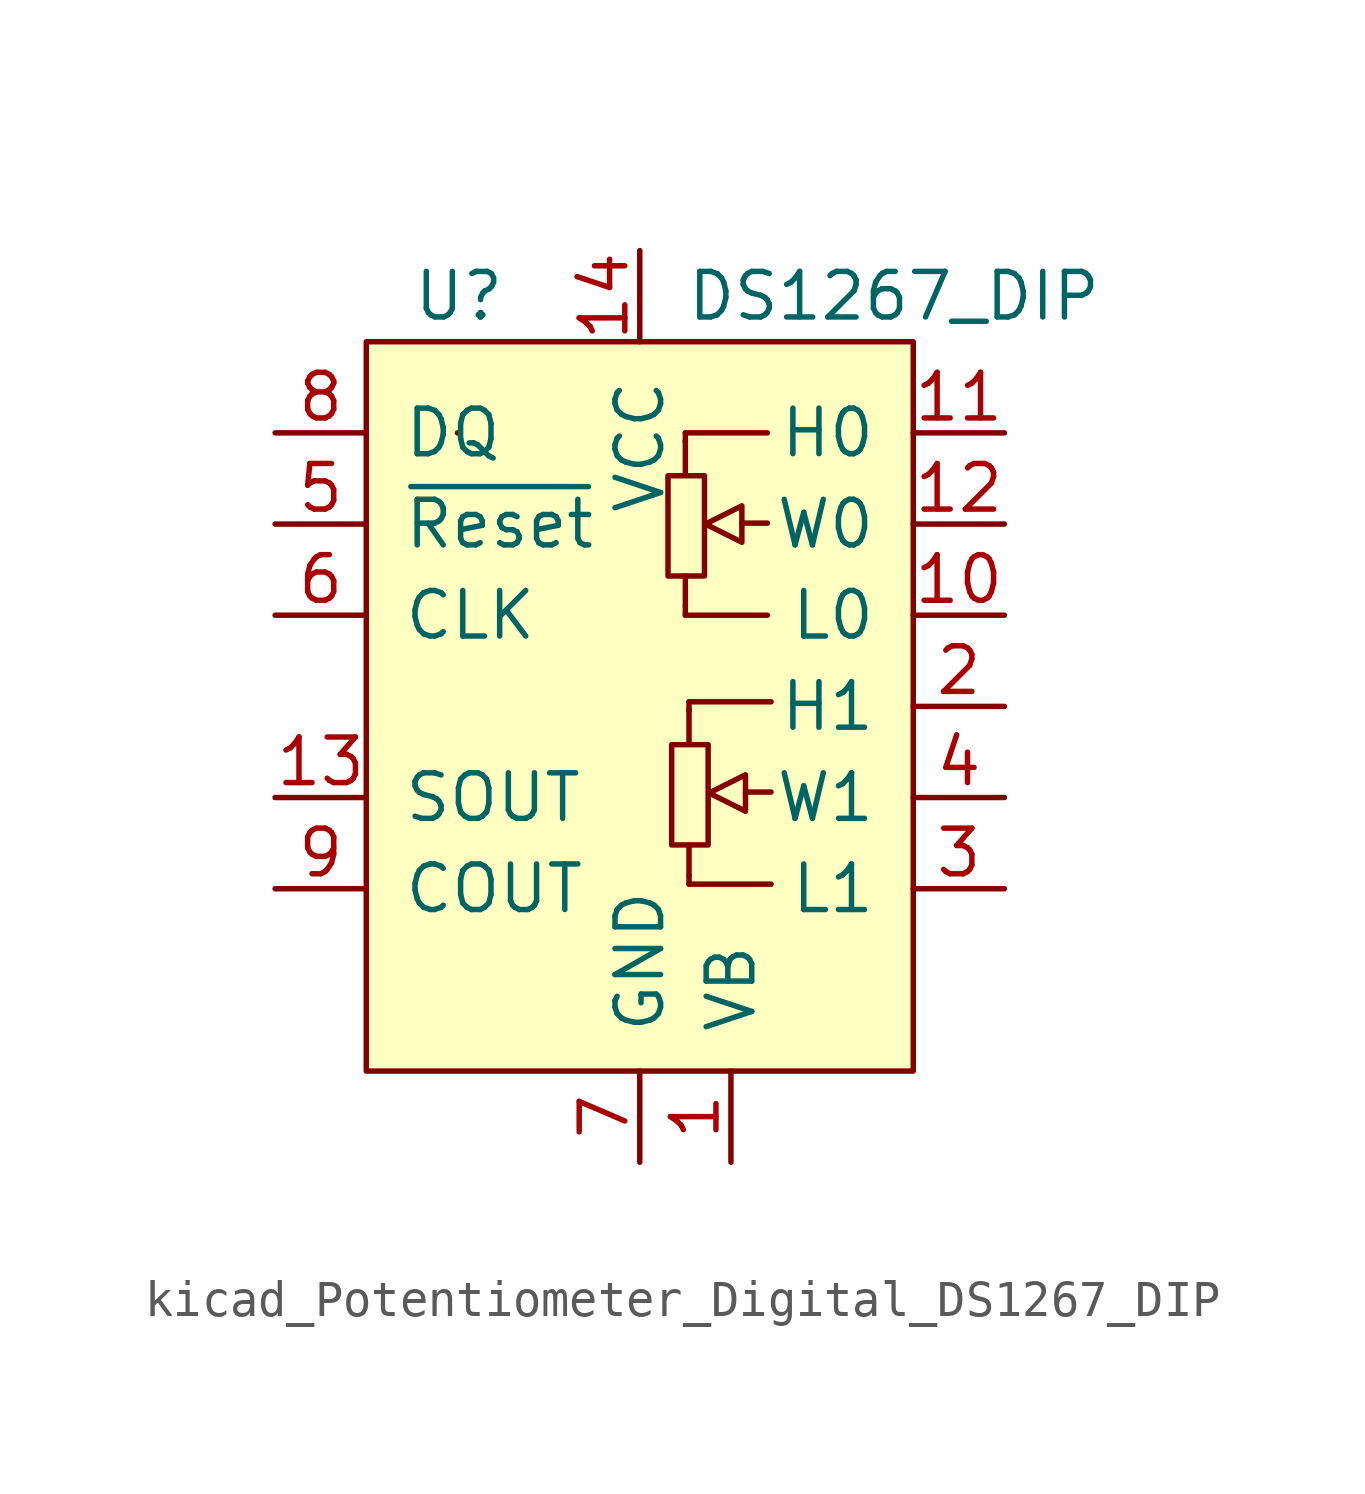
<source format=kicad_sym>
(kicad_symbol_lib
  (version 20220914)
  (generator kicad_symbol_editor)
  (symbol "kicad_Potentiometer_Digital_DS1267_DIP"
    (pin_names
      (offset 1.016))
    (property "Reference" "U"
      (at -6.35 11.43 0)
      (effects (font (size 1.27 1.27)) (justify left)))
    (property "Value" "DS1267_DIP"
      (at 1.27 11.43 0)
      (effects (font (size 1.27 1.27)) (justify left)))
    (symbol "kicad_Potentiometer_Digital_DS1267_DIP_0_1"
      (rectangle (start -7.62 10.16) (end 7.62 -10.16) (stroke (width 0) (type default)) (fill (type background)))
      (rectangle (start -5.08 7.62) (end -5.08 7.62) (stroke (width 0) (type default)) (fill (type none)))
      (polyline (pts (xy 1.27 2.794) (xy 1.27 3.632)) (stroke (width 0) (type default)) (fill (type none)))
      (polyline (pts (xy 1.27 7.391) (xy 1.27 6.452)) (stroke (width 0) (type default)) (fill (type none)))
      (polyline (pts (xy 1.372 -4.699) (xy 1.372 -3.861)) (stroke (width 0) (type default)) (fill (type none)))
      (polyline (pts (xy 1.372 -0.102) (xy 1.372 -1.041)) (stroke (width 0) (type default)) (fill (type none)))
      (polyline (pts (xy 2.845 5.105) (xy 3.556 5.105)) (stroke (width 0) (type default)) (fill (type none)))
      (polyline (pts (xy 2.946 -2.388) (xy 3.658 -2.388)) (stroke (width 0) (type default)) (fill (type none)))
      (polyline (pts (xy 1.27 2.54) (xy 1.27 2.794) (xy 1.27 2.794)) (stroke (width 0) (type default)) (fill (type background)))
      (polyline (pts (xy 1.27 2.54) (xy 3.556 2.54) (xy 3.556 2.54)) (stroke (width 0) (type default)) (fill (type background)))
      (polyline (pts (xy 1.27 7.62) (xy 1.27 7.366) (xy 1.27 7.366)) (stroke (width 0) (type default)) (fill (type none)))
      (polyline (pts (xy 1.27 7.62) (xy 3.556 7.62) (xy 3.556 7.62)) (stroke (width 0) (type default)) (fill (type background)))
      (polyline (pts (xy 1.372 -4.953) (xy 1.372 -4.699) (xy 1.372 -4.699)) (stroke (width 0) (type default)) (fill (type background)))
      (polyline (pts (xy 1.372 -4.953) (xy 3.658 -4.953) (xy 3.658 -4.953)) (stroke (width 0) (type default)) (fill (type background)))
      (polyline (pts (xy 1.372 0.127) (xy 1.372 -0.127) (xy 1.372 -0.127)) (stroke (width 0) (type default)) (fill (type none)))
      (polyline (pts (xy 1.372 0.127) (xy 3.658 0.127) (xy 3.658 0.127)) (stroke (width 0) (type default)) (fill (type background)))
      (polyline (pts (xy 2.845 5.588) (xy 2.845 4.572) (xy 1.829 5.08) (xy 2.845 5.588) (xy 2.845 5.588)) (stroke (width 0) (type default)) (fill (type background)))
      (polyline (pts (xy 2.946 -1.905) (xy 2.946 -2.921) (xy 1.93 -2.413) (xy 2.946 -1.905) (xy 2.946 -1.905)) (stroke (width 0) (type default)) (fill (type background)))
      (rectangle (start 0.787 6.426) (end 1.803 3.632) (stroke (width 0) (type default)) (fill (type none)))
      (rectangle (start 0.889 -1.067) (end 1.905 -3.861) (stroke (width 0) (type default)) (fill (type none))))
    (symbol "kicad_Potentiometer_Digital_DS1267_DIP_1_1"
      (pin power_in line (at 2.54 -12.7 90) (length 2.54) (name "VB" (effects (font (size 1.27 1.27)))) (number "1" (effects (font (size 1.27 1.27)))))
      (pin passive line (at 10.16 2.54 180) (length 2.54) (name "L0" (effects (font (size 1.27 1.27)))) (number "10" (effects (font (size 1.27 1.27)))))
      (pin passive line (at 10.16 7.62 180) (length 2.54) (name "H0" (effects (font (size 1.27 1.27)))) (number "11" (effects (font (size 1.27 1.27)))))
      (pin passive line (at 10.16 5.08 180) (length 2.54) (name "W0" (effects (font (size 1.27 1.27)))) (number "12" (effects (font (size 1.27 1.27)))))
      (pin output line (at -10.16 -2.54 0) (length 2.54) (name "SOUT" (effects (font (size 1.27 1.27)))) (number "13" (effects (font (size 1.27 1.27)))))
      (pin power_in line (at 0 12.7 270) (length 2.54) (name "VCC" (effects (font (size 1.27 1.27)))) (number "14" (effects (font (size 1.27 1.27)))))
      (pin passive line (at 10.16 0 180) (length 2.54) (name "H1" (effects (font (size 1.27 1.27)))) (number "2" (effects (font (size 1.27 1.27)))))
      (pin passive line (at 10.16 -5.08 180) (length 2.54) (name "L1" (effects (font (size 1.27 1.27)))) (number "3" (effects (font (size 1.27 1.27)))))
      (pin passive line (at 10.16 -2.54 180) (length 2.54) (name "W1" (effects (font (size 1.27 1.27)))) (number "4" (effects (font (size 1.27 1.27)))))
      (pin input line (at -10.16 5.08 0) (length 2.54) (name "~{Reset}" (effects (font (size 1.27 1.27)))) (number "5" (effects (font (size 1.27 1.27)))))
      (pin input line (at -10.16 2.54 0) (length 2.54) (name "CLK" (effects (font (size 1.27 1.27)))) (number "6" (effects (font (size 1.27 1.27)))))
      (pin power_in line (at 0 -12.7 90) (length 2.54) (name "GND" (effects (font (size 1.27 1.27)))) (number "7" (effects (font (size 1.27 1.27)))))
      (pin input line (at -10.16 7.62 0) (length 2.54) (name "DQ" (effects (font (size 1.27 1.27)))) (number "8" (effects (font (size 1.27 1.27)))))
      (pin output line (at -10.16 -5.08 0) (length 2.54) (name "COUT" (effects (font (size 1.27 1.27)))) (number "9" (effects (font (size 1.27 1.27))))))))
</source>
